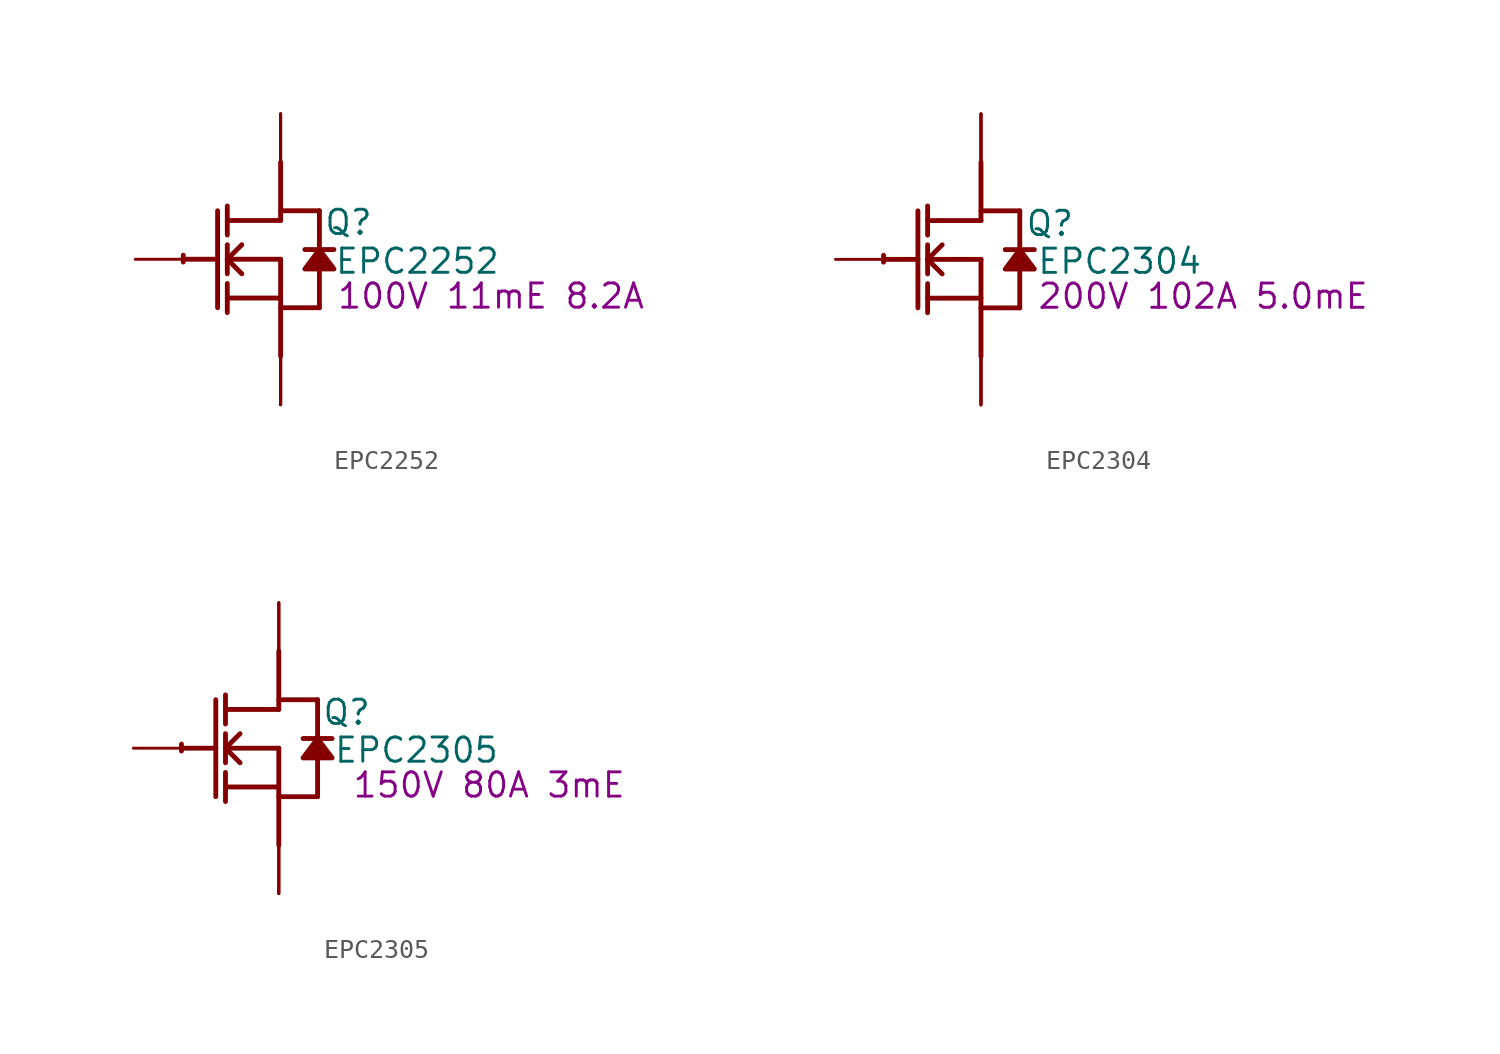
<source format=kicad_sym>
(kicad_symbol_lib
  (version 20241209)
  (generator "kicad_symbol_editor")
  (generator_version "9.0")
  (symbol "EPC2252"
    (property "Reference" "Q"
      (at 3.556 1.93 0)
      (effects (font (size 1.27 1.27))))
    (property "Value" "EPC2252"
      (at 7.163 -0.102 0)
      (effects (font (size 1.27 1.27))))
    (property "Description" "100V 11mE 8.2A"
      (at 11.024 -1.93 0)
      (effects (font (size 1.27 1.27))))
    (symbol "EPC2252_1_0"
      (polyline (pts (xy -5.08 0) (xy -3.302 0)) (stroke (width 0.254) (type solid)) (fill (type none)))
      (polyline (pts (xy -3.302 2.54) (xy -3.302 -2.54)) (stroke (width 0.254) (type solid)) (fill (type none)))
      (polyline (pts (xy -2.794 1.27) (xy -2.794 2.794)) (stroke (width 0.254) (type solid)) (fill (type none)))
      (polyline (pts (xy -2.794 0) (xy -2.032 0.762)) (stroke (width 0.254) (type solid)) (fill (type none)))
      (polyline (pts (xy -2.794 0) (xy 0 0)) (stroke (width 0.254) (type solid)) (fill (type none)))
      (polyline (pts (xy -2.794 -0.762) (xy -2.794 0.762)) (stroke (width 0.254) (type solid)) (fill (type none)))
      (polyline (pts (xy -2.794 -2.032) (xy 0 -2.032)) (stroke (width 0.254) (type solid)) (fill (type none)))
      (polyline (pts (xy -2.794 -2.794) (xy -2.794 -1.27)) (stroke (width 0.254) (type solid)) (fill (type none)))
      (polyline (pts (xy -2.032 -0.762) (xy -2.794 0)) (stroke (width 0.254) (type solid)) (fill (type none)))
      (polyline (pts (xy 0 2.54) (xy 2.032 2.54)) (stroke (width 0.254) (type solid)) (fill (type none)))
      (polyline (pts (xy 0 2.032) (xy -2.794 2.032)) (stroke (width 0.254) (type solid)) (fill (type none)))
      (polyline (pts (xy 0 2.032) (xy 0 5.08)) (stroke (width 0.254) (type solid)) (fill (type none)))
      (polyline (pts (xy 0 0) (xy 0 -5.08)) (stroke (width 0.254) (type solid)) (fill (type none)))
      (polyline (pts (xy 0 -2.54) (xy 2.032 -2.54)) (stroke (width 0.254) (type solid)) (fill (type none)))
      (arc (start -5.1019 -0.1467) (mid -5.1039 0.0331) (end -5.0996 0.2128) (stroke (width 0.254) (type solid)) (fill (type none)))
      (polyline (pts (xy 2.032 2.54) (xy 2.032 0.508)) (stroke (width 0.254) (type solid)) (fill (type none)))
      (polyline (pts (xy 2.032 0.508) (xy 1.27 -0.508) (xy 2.794 -0.508) (xy 2.032 0.508)) (stroke (width 0.254) (type solid)) (fill (type outline)))
      (polyline (pts (xy 2.032 -0.508) (xy 2.032 -2.54)) (stroke (width 0.254) (type solid)) (fill (type none)))
      (polyline (pts (xy 2.794 0.508) (xy 1.27 0.508)) (stroke (width 0.254) (type solid)) (fill (type none)))
      (pin passive line (at -7.62 0 0) (length 2.54) (name "G" (effects (font (size 0 0)))) (number "1" (effects (font (size 0 0)))))
      (pin open_collector line (at 0 7.62 270) (length 2.54) (name "D1" (effects (font (size 0 0)))) (number "4" (effects (font (size 0 0)))))
      (pin open_collector line (at 0 7.62 270) (length 2.54) (name "D2" (effects (font (size 0 0)))) (number "5" (effects (font (size 0 0)))))
      (pin open_collector line (at 0 7.62 270) (length 2.54) (name "D3" (effects (font (size 0 0)))) (number "6" (effects (font (size 0 0)))))
      (pin open_emitter line (at 0 -7.62 90) (length 2.54) (name "S1" (effects (font (size 0 0)))) (number "2" (effects (font (size 0 0)))))
      (pin open_emitter line (at 0 -7.62 90) (length 2.54) (name "S2" (effects (font (size 0 0)))) (number "3" (effects (font (size 0 0)))))
      (pin open_emitter line (at 0 -7.62 90) (length 2.54) (name "S3" (effects (font (size 0 0)))) (number "7" (effects (font (size 0 0)))))
      (pin open_emitter line (at 0 -7.62 90) (length 2.54) (name "S5" (effects (font (size 0 0)))) (number "8" (effects (font (size 0 0)))))
      (pin open_emitter line (at 0 -7.62 90) (length 2.54) (name "S4" (effects (font (size 0 0)))) (number "9" (effects (font (size 0 0)))))))
  (symbol "EPC2304"
    (property "Reference" "Q"
      (at 3.607 1.88 0)
      (effects (font (size 1.27 1.27))))
    (property "Value" "EPC2304"
      (at 7.264 -0.102 0)
      (effects (font (size 1.27 1.27))))
    (property "Description" "200V 102A 5.0mE"
      (at 11.633 -1.93 0)
      (effects (font (size 1.27 1.27))))
    (symbol "EPC2304_1_0"
      (polyline (pts (xy -5.08 0) (xy -3.302 0)) (stroke (width 0.254) (type solid)) (fill (type none)))
      (polyline (pts (xy -3.302 2.54) (xy -3.302 -2.54)) (stroke (width 0.254) (type solid)) (fill (type none)))
      (polyline (pts (xy -2.794 1.27) (xy -2.794 2.794)) (stroke (width 0.254) (type solid)) (fill (type none)))
      (polyline (pts (xy -2.794 0) (xy -2.032 0.762)) (stroke (width 0.254) (type solid)) (fill (type none)))
      (polyline (pts (xy -2.794 0) (xy 0 0)) (stroke (width 0.254) (type solid)) (fill (type none)))
      (polyline (pts (xy -2.794 -0.762) (xy -2.794 0.762)) (stroke (width 0.254) (type solid)) (fill (type none)))
      (polyline (pts (xy -2.794 -2.032) (xy 0 -2.032)) (stroke (width 0.254) (type solid)) (fill (type none)))
      (polyline (pts (xy -2.794 -2.794) (xy -2.794 -1.27)) (stroke (width 0.254) (type solid)) (fill (type none)))
      (polyline (pts (xy -2.032 -0.762) (xy -2.794 0)) (stroke (width 0.254) (type solid)) (fill (type none)))
      (polyline (pts (xy 0 2.54) (xy 2.032 2.54)) (stroke (width 0.254) (type solid)) (fill (type none)))
      (polyline (pts (xy 0 2.032) (xy -2.794 2.032)) (stroke (width 0.254) (type solid)) (fill (type none)))
      (polyline (pts (xy 0 2.032) (xy 0 5.08)) (stroke (width 0.254) (type solid)) (fill (type none)))
      (polyline (pts (xy 0 0) (xy 0 -5.08)) (stroke (width 0.254) (type solid)) (fill (type none)))
      (polyline (pts (xy 0 -2.54) (xy 2.032 -2.54)) (stroke (width 0.254) (type solid)) (fill (type none)))
      (arc (start -5.1019 -0.1467) (mid -5.1039 0.0331) (end -5.0996 0.2128) (stroke (width 0.254) (type solid)) (fill (type none)))
      (polyline (pts (xy 2.032 2.54) (xy 2.032 0.508)) (stroke (width 0.254) (type solid)) (fill (type none)))
      (polyline (pts (xy 2.032 0.508) (xy 1.27 -0.508) (xy 2.794 -0.508) (xy 2.032 0.508)) (stroke (width 0.254) (type solid)) (fill (type outline)))
      (polyline (pts (xy 2.032 -0.508) (xy 2.032 -2.54)) (stroke (width 0.254) (type solid)) (fill (type none)))
      (polyline (pts (xy 2.794 0.508) (xy 1.27 0.508)) (stroke (width 0.254) (type solid)) (fill (type none)))
      (pin passive line (at -7.62 0 0) (length 2.54) (name "G" (effects (font (size 0 0)))) (number "1" (effects (font (size 0 0)))))
      (pin passive line (at 0 7.62 270) (length 2.54) (name "D" (effects (font (size 0 0)))) (number "3" (effects (font (size 0 0)))))
      (pin passive line (at 0 7.62 270) (length 2.54) (name "D" (effects (font (size 0 0)))) (number "5" (effects (font (size 0 0)))))
      (pin passive line (at 0 7.62 270) (length 2.54) (name "D" (effects (font (size 0 0)))) (number "7" (effects (font (size 0 0)))))
      (pin passive line (at 0 -7.62 90) (length 2.54) (name "S" (effects (font (size 0 0)))) (number "2" (effects (font (size 0 0)))))
      (pin passive line (at 0 -7.62 90) (length 2.54) (name "S" (effects (font (size 0 0)))) (number "4" (effects (font (size 0 0)))))
      (pin passive line (at 0 -7.62 90) (length 2.54) (name "S" (effects (font (size 0 0)))) (number "6" (effects (font (size 0 0)))))))
  (symbol "EPC2305"
    (property "Reference" "Q"
      (at 3.556 1.88 0)
      (effects (font (size 1.27 1.27))))
    (property "Value" "EPC2305"
      (at 7.214 -0.102 0)
      (effects (font (size 1.27 1.27))))
    (property "Description" "150V 80A 3mE"
      (at 11.024 -1.93 0)
      (effects (font (size 1.27 1.27))))
    (symbol "EPC2305_1_0"
      (polyline (pts (xy -5.08 0) (xy -3.302 0)) (stroke (width 0.254) (type solid)) (fill (type none)))
      (polyline (pts (xy -3.302 2.54) (xy -3.302 -2.54)) (stroke (width 0.254) (type solid)) (fill (type none)))
      (polyline (pts (xy -2.794 1.27) (xy -2.794 2.794)) (stroke (width 0.254) (type solid)) (fill (type none)))
      (polyline (pts (xy -2.794 0) (xy -2.032 0.762)) (stroke (width 0.254) (type solid)) (fill (type none)))
      (polyline (pts (xy -2.794 0) (xy 0 0)) (stroke (width 0.254) (type solid)) (fill (type none)))
      (polyline (pts (xy -2.794 -0.762) (xy -2.794 0.762)) (stroke (width 0.254) (type solid)) (fill (type none)))
      (polyline (pts (xy -2.794 -2.032) (xy 0 -2.032)) (stroke (width 0.254) (type solid)) (fill (type none)))
      (polyline (pts (xy -2.794 -2.794) (xy -2.794 -1.27)) (stroke (width 0.254) (type solid)) (fill (type none)))
      (polyline (pts (xy -2.032 -0.762) (xy -2.794 0)) (stroke (width 0.254) (type solid)) (fill (type none)))
      (polyline (pts (xy 0 2.54) (xy 2.032 2.54)) (stroke (width 0.254) (type solid)) (fill (type none)))
      (polyline (pts (xy 0 2.032) (xy -2.794 2.032)) (stroke (width 0.254) (type solid)) (fill (type none)))
      (polyline (pts (xy 0 2.032) (xy 0 5.08)) (stroke (width 0.254) (type solid)) (fill (type none)))
      (polyline (pts (xy 0 0) (xy 0 -5.08)) (stroke (width 0.254) (type solid)) (fill (type none)))
      (polyline (pts (xy 0 -2.54) (xy 2.032 -2.54)) (stroke (width 0.254) (type solid)) (fill (type none)))
      (arc (start -5.1019 -0.1467) (mid -5.1039 0.0331) (end -5.0996 0.2128) (stroke (width 0.254) (type solid)) (fill (type none)))
      (polyline (pts (xy 2.032 2.54) (xy 2.032 0.508)) (stroke (width 0.254) (type solid)) (fill (type none)))
      (polyline (pts (xy 2.032 0.508) (xy 1.27 -0.508) (xy 2.794 -0.508) (xy 2.032 0.508)) (stroke (width 0.254) (type solid)) (fill (type outline)))
      (polyline (pts (xy 2.032 -0.508) (xy 2.032 -2.54)) (stroke (width 0.254) (type solid)) (fill (type none)))
      (polyline (pts (xy 2.794 0.508) (xy 1.27 0.508)) (stroke (width 0.254) (type solid)) (fill (type none)))
      (pin passive line (at -7.62 0 0) (length 2.54) (name "G" (effects (font (size 0 0)))) (number "1" (effects (font (size 0 0)))))
      (pin passive line (at 0 7.62 270) (length 2.54) (name "D" (effects (font (size 0 0)))) (number "3" (effects (font (size 0 0)))))
      (pin passive line (at 0 7.62 270) (length 2.54) (name "D" (effects (font (size 0 0)))) (number "5" (effects (font (size 0 0)))))
      (pin passive line (at 0 7.62 270) (length 2.54) (name "D" (effects (font (size 0 0)))) (number "7" (effects (font (size 0 0)))))
      (pin passive line (at 0 -7.62 90) (length 2.54) (name "S" (effects (font (size 0 0)))) (number "2" (effects (font (size 0 0)))))
      (pin passive line (at 0 -7.62 90) (length 2.54) (name "S" (effects (font (size 0 0)))) (number "4" (effects (font (size 0 0)))))
      (pin passive line (at 0 -7.62 90) (length 2.54) (name "S" (effects (font (size 0 0)))) (number "6" (effects (font (size 0 0))))))))
</source>
